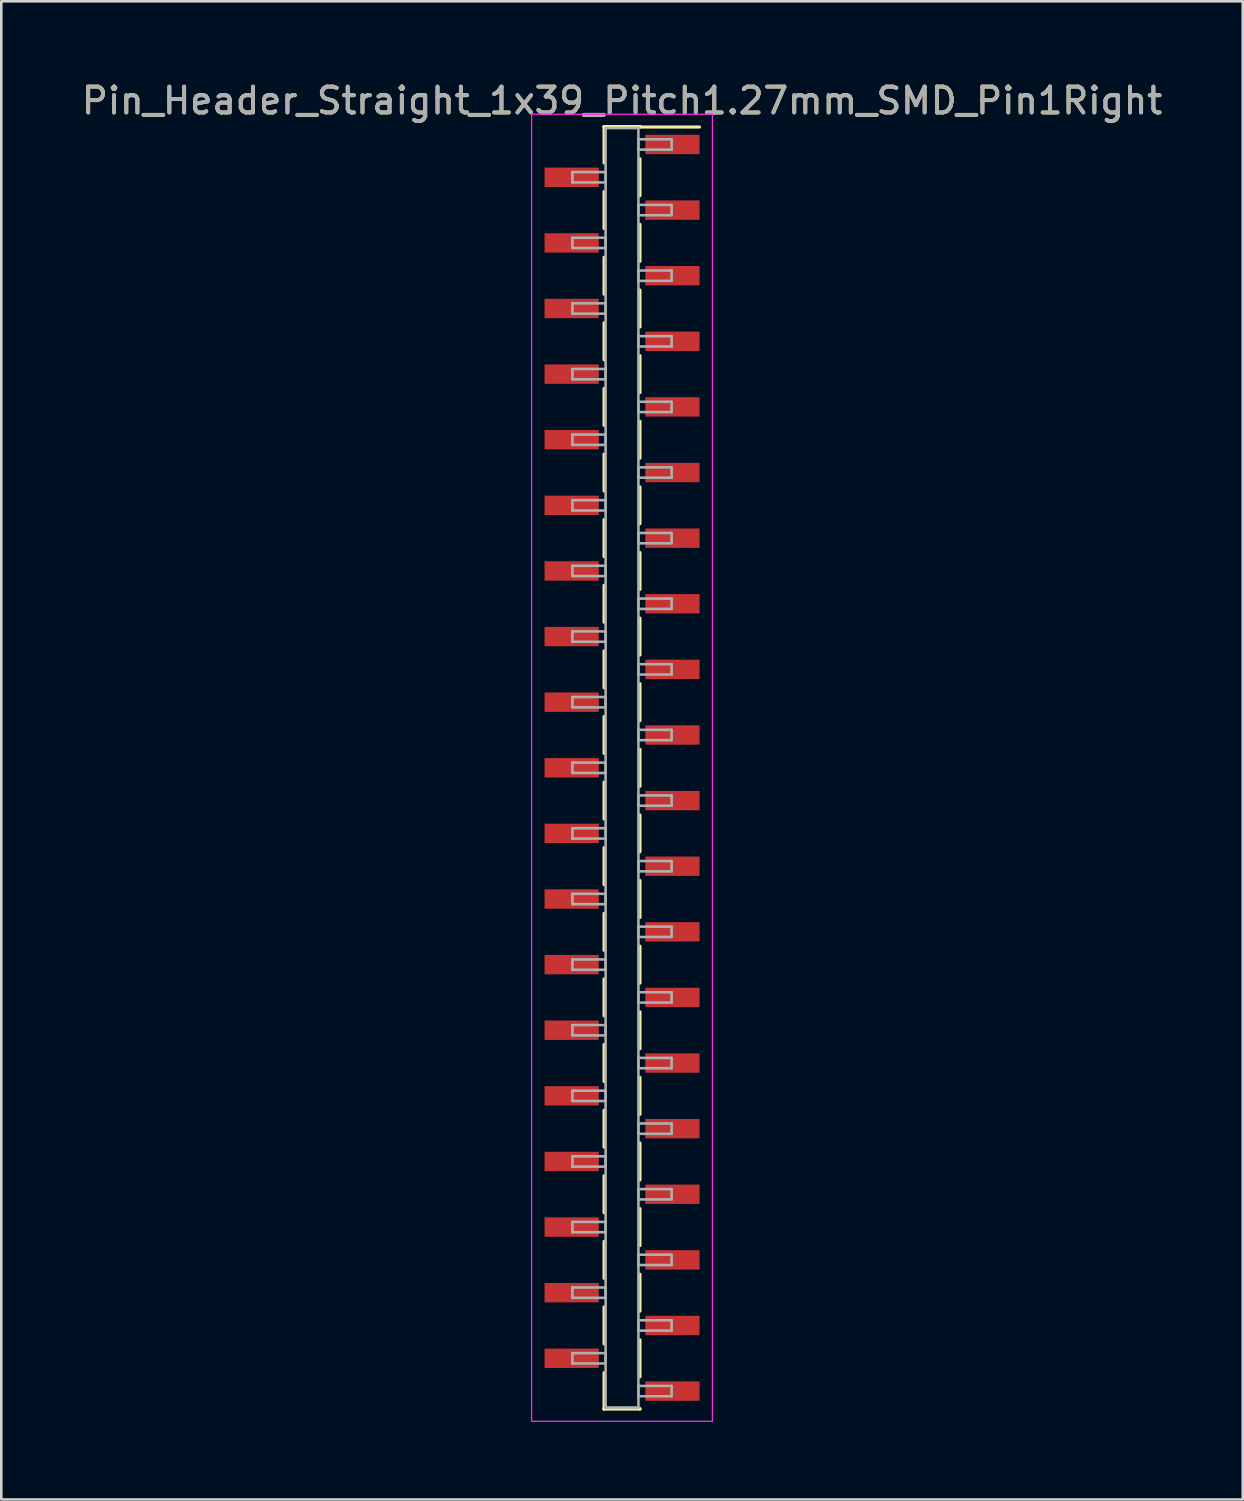
<source format=kicad_pcb>
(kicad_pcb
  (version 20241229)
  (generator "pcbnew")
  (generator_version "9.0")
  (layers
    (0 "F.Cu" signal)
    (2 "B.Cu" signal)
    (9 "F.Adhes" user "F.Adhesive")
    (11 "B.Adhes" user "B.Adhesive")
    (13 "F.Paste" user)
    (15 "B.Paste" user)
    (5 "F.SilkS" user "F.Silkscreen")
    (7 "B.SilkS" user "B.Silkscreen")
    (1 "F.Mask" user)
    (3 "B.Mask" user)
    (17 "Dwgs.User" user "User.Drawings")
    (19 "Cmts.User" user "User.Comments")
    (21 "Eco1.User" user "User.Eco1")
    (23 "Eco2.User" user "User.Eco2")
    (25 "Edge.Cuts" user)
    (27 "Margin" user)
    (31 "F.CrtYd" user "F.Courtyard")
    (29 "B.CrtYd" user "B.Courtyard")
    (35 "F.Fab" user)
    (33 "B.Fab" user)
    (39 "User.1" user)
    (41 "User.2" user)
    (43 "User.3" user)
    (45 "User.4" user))
  (footprint "Pin_Header_Straight_1x39_Pitch1.27mm_SMD_Pin1Right"
    (layer "F.Cu")
    (at 21.03 26.673)
    (property "Reference" "Pin_Header_Straight_1x39_Pitch1.27mm_SMD_Pin1Right" (at 0 -25.825 0) (layer "F.SilkS") (effects (font (size 1 1) (thickness 0.15))))
    (attr smd)
    (fp_line (start -0.695 -24.825) (end -0.695 -23.415) (stroke (width 0.12) (type solid)) (layer "F.SilkS"))
    (fp_line (start -0.695 -24.825) (end 0.695 -24.825) (stroke (width 0.12) (type solid)) (layer "F.SilkS"))
    (fp_line (start -0.695 -24.805) (end -0.695 -24.825) (stroke (width 0.12) (type solid)) (layer "F.SilkS"))
    (fp_line (start -0.695 -22.305) (end -0.695 -20.875) (stroke (width 0.12) (type solid)) (layer "F.SilkS"))
    (fp_line (start -0.695 -19.765) (end -0.695 -18.335) (stroke (width 0.12) (type solid)) (layer "F.SilkS"))
    (fp_line (start -0.695 -17.225) (end -0.695 -15.795) (stroke (width 0.12) (type solid)) (layer "F.SilkS"))
    (fp_line (start -0.695 -14.685) (end -0.695 -13.255) (stroke (width 0.12) (type solid)) (layer "F.SilkS"))
    (fp_line (start -0.695 -12.145) (end -0.695 -10.715) (stroke (width 0.12) (type solid)) (layer "F.SilkS"))
    (fp_line (start -0.695 -9.605) (end -0.695 -8.175) (stroke (width 0.12) (type solid)) (layer "F.SilkS"))
    (fp_line (start -0.695 -7.065) (end -0.695 -5.635) (stroke (width 0.12) (type solid)) (layer "F.SilkS"))
    (fp_line (start -0.695 -4.525) (end -0.695 -3.095) (stroke (width 0.12) (type solid)) (layer "F.SilkS"))
    (fp_line (start -0.695 -1.985) (end -0.695 -0.555) (stroke (width 0.12) (type solid)) (layer "F.SilkS"))
    (fp_line (start -0.695 0.555) (end -0.695 1.985) (stroke (width 0.12) (type solid)) (layer "F.SilkS"))
    (fp_line (start -0.695 3.095) (end -0.695 4.525) (stroke (width 0.12) (type solid)) (layer "F.SilkS"))
    (fp_line (start -0.695 5.635) (end -0.695 7.065) (stroke (width 0.12) (type solid)) (layer "F.SilkS"))
    (fp_line (start -0.695 8.175) (end -0.695 9.605) (stroke (width 0.12) (type solid)) (layer "F.SilkS"))
    (fp_line (start -0.695 10.715) (end -0.695 12.145) (stroke (width 0.12) (type solid)) (layer "F.SilkS"))
    (fp_line (start -0.695 13.255) (end -0.695 14.685) (stroke (width 0.12) (type solid)) (layer "F.SilkS"))
    (fp_line (start -0.695 15.795) (end -0.695 17.225) (stroke (width 0.12) (type solid)) (layer "F.SilkS"))
    (fp_line (start -0.695 18.335) (end -0.695 19.765) (stroke (width 0.12) (type solid)) (layer "F.SilkS"))
    (fp_line (start -0.695 20.875) (end -0.695 22.305) (stroke (width 0.12) (type solid)) (layer "F.SilkS"))
    (fp_line (start -0.695 23.415) (end -0.695 24.825) (stroke (width 0.12) (type solid)) (layer "F.SilkS"))
    (fp_line (start -0.695 24.805) (end -0.695 24.825) (stroke (width 0.12) (type solid)) (layer "F.SilkS"))
    (fp_line (start -0.695 24.825) (end 0.695 24.825) (stroke (width 0.12) (type solid)) (layer "F.SilkS"))
    (fp_line (start 0.695 -24.825) (end 0.695 -24.805) (stroke (width 0.12) (type solid)) (layer "F.SilkS"))
    (fp_line (start 0.695 -24.805) (end 3 -24.805) (stroke (width 0.12) (type solid)) (layer "F.SilkS"))
    (fp_line (start 0.695 -23.575) (end 0.695 -22.145) (stroke (width 0.12) (type solid)) (layer "F.SilkS"))
    (fp_line (start 0.695 -21.035) (end 0.695 -19.605) (stroke (width 0.12) (type solid)) (layer "F.SilkS"))
    (fp_line (start 0.695 -18.495) (end 0.695 -17.065) (stroke (width 0.12) (type solid)) (layer "F.SilkS"))
    (fp_line (start 0.695 -15.955) (end 0.695 -14.525) (stroke (width 0.12) (type solid)) (layer "F.SilkS"))
    (fp_line (start 0.695 -13.415) (end 0.695 -11.985) (stroke (width 0.12) (type solid)) (layer "F.SilkS"))
    (fp_line (start 0.695 -10.875) (end 0.695 -9.445) (stroke (width 0.12) (type solid)) (layer "F.SilkS"))
    (fp_line (start 0.695 -8.335) (end 0.695 -6.905) (stroke (width 0.12) (type solid)) (layer "F.SilkS"))
    (fp_line (start 0.695 -5.795) (end 0.695 -4.365) (stroke (width 0.12) (type solid)) (layer "F.SilkS"))
    (fp_line (start 0.695 -3.255) (end 0.695 -1.825) (stroke (width 0.12) (type solid)) (layer "F.SilkS"))
    (fp_line (start 0.695 -0.715) (end 0.695 0.715) (stroke (width 0.12) (type solid)) (layer "F.SilkS"))
    (fp_line (start 0.695 1.825) (end 0.695 3.255) (stroke (width 0.12) (type solid)) (layer "F.SilkS"))
    (fp_line (start 0.695 4.365) (end 0.695 5.795) (stroke (width 0.12) (type solid)) (layer "F.SilkS"))
    (fp_line (start 0.695 6.905) (end 0.695 8.335) (stroke (width 0.12) (type solid)) (layer "F.SilkS"))
    (fp_line (start 0.695 9.445) (end 0.695 10.875) (stroke (width 0.12) (type solid)) (layer "F.SilkS"))
    (fp_line (start 0.695 11.985) (end 0.695 13.415) (stroke (width 0.12) (type solid)) (layer "F.SilkS"))
    (fp_line (start 0.695 14.525) (end 0.695 15.955) (stroke (width 0.12) (type solid)) (layer "F.SilkS"))
    (fp_line (start 0.695 17.065) (end 0.695 18.495) (stroke (width 0.12) (type solid)) (layer "F.SilkS"))
    (fp_line (start 0.695 19.605) (end 0.695 21.035) (stroke (width 0.12) (type solid)) (layer "F.SilkS"))
    (fp_line (start 0.695 22.145) (end 0.695 23.575) (stroke (width 0.12) (type solid)) (layer "F.SilkS"))
    (fp_line (start 0.695 24.825) (end 0.695 24.805) (stroke (width 0.12) (type solid)) (layer "F.SilkS"))
    (fp_line (start -3.5 -25.3) (end -3.5 25.3) (stroke (width 0.05) (type solid)) (layer "F.CrtYd"))
    (fp_line (start -3.5 25.3) (end 3.5 25.3) (stroke (width 0.05) (type solid)) (layer "F.CrtYd"))
    (fp_line (start 3.5 -25.3) (end -3.5 -25.3) (stroke (width 0.05) (type solid)) (layer "F.CrtYd"))
    (fp_line (start 3.5 25.3) (end 3.5 -25.3) (stroke (width 0.05) (type solid)) (layer "F.CrtYd"))
    (fp_line (start -1.92 -23.06) (end -0.635 -23.06) (stroke (width 0.1) (type solid)) (layer "F.Fab"))
    (fp_line (start -1.92 -22.66) (end -1.92 -23.06) (stroke (width 0.1) (type solid)) (layer "F.Fab"))
    (fp_line (start -1.92 -20.52) (end -0.635 -20.52) (stroke (width 0.1) (type solid)) (layer "F.Fab"))
    (fp_line (start -1.92 -20.12) (end -1.92 -20.52) (stroke (width 0.1) (type solid)) (layer "F.Fab"))
    (fp_line (start -1.92 -17.98) (end -0.635 -17.98) (stroke (width 0.1) (type solid)) (layer "F.Fab"))
    (fp_line (start -1.92 -17.58) (end -1.92 -17.98) (stroke (width 0.1) (type solid)) (layer "F.Fab"))
    (fp_line (start -1.92 -15.44) (end -0.635 -15.44) (stroke (width 0.1) (type solid)) (layer "F.Fab"))
    (fp_line (start -1.92 -15.04) (end -1.92 -15.44) (stroke (width 0.1) (type solid)) (layer "F.Fab"))
    (fp_line (start -1.92 -12.9) (end -0.635 -12.9) (stroke (width 0.1) (type solid)) (layer "F.Fab"))
    (fp_line (start -1.92 -12.5) (end -1.92 -12.9) (stroke (width 0.1) (type solid)) (layer "F.Fab"))
    (fp_line (start -1.92 -10.36) (end -0.635 -10.36) (stroke (width 0.1) (type solid)) (layer "F.Fab"))
    (fp_line (start -1.92 -9.96) (end -1.92 -10.36) (stroke (width 0.1) (type solid)) (layer "F.Fab"))
    (fp_line (start -1.92 -7.82) (end -0.635 -7.82) (stroke (width 0.1) (type solid)) (layer "F.Fab"))
    (fp_line (start -1.92 -7.42) (end -1.92 -7.82) (stroke (width 0.1) (type solid)) (layer "F.Fab"))
    (fp_line (start -1.92 -5.28) (end -0.635 -5.28) (stroke (width 0.1) (type solid)) (layer "F.Fab"))
    (fp_line (start -1.92 -4.88) (end -1.92 -5.28) (stroke (width 0.1) (type solid)) (layer "F.Fab"))
    (fp_line (start -1.92 -2.74) (end -0.635 -2.74) (stroke (width 0.1) (type solid)) (layer "F.Fab"))
    (fp_line (start -1.92 -2.34) (end -1.92 -2.74) (stroke (width 0.1) (type solid)) (layer "F.Fab"))
    (fp_line (start -1.92 -0.2) (end -0.635 -0.2) (stroke (width 0.1) (type solid)) (layer "F.Fab"))
    (fp_line (start -1.92 0.2) (end -1.92 -0.2) (stroke (width 0.1) (type solid)) (layer "F.Fab"))
    (fp_line (start -1.92 2.34) (end -0.635 2.34) (stroke (width 0.1) (type solid)) (layer "F.Fab"))
    (fp_line (start -1.92 2.74) (end -1.92 2.34) (stroke (width 0.1) (type solid)) (layer "F.Fab"))
    (fp_line (start -1.92 4.88) (end -0.635 4.88) (stroke (width 0.1) (type solid)) (layer "F.Fab"))
    (fp_line (start -1.92 5.28) (end -1.92 4.88) (stroke (width 0.1) (type solid)) (layer "F.Fab"))
    (fp_line (start -1.92 7.42) (end -0.635 7.42) (stroke (width 0.1) (type solid)) (layer "F.Fab"))
    (fp_line (start -1.92 7.82) (end -1.92 7.42) (stroke (width 0.1) (type solid)) (layer "F.Fab"))
    (fp_line (start -1.92 9.96) (end -0.635 9.96) (stroke (width 0.1) (type solid)) (layer "F.Fab"))
    (fp_line (start -1.92 10.36) (end -1.92 9.96) (stroke (width 0.1) (type solid)) (layer "F.Fab"))
    (fp_line (start -1.92 12.5) (end -0.635 12.5) (stroke (width 0.1) (type solid)) (layer "F.Fab"))
    (fp_line (start -1.92 12.9) (end -1.92 12.5) (stroke (width 0.1) (type solid)) (layer "F.Fab"))
    (fp_line (start -1.92 15.04) (end -0.635 15.04) (stroke (width 0.1) (type solid)) (layer "F.Fab"))
    (fp_line (start -1.92 15.44) (end -1.92 15.04) (stroke (width 0.1) (type solid)) (layer "F.Fab"))
    (fp_line (start -1.92 17.58) (end -0.635 17.58) (stroke (width 0.1) (type solid)) (layer "F.Fab"))
    (fp_line (start -1.92 17.98) (end -1.92 17.58) (stroke (width 0.1) (type solid)) (layer "F.Fab"))
    (fp_line (start -1.92 20.12) (end -0.635 20.12) (stroke (width 0.1) (type solid)) (layer "F.Fab"))
    (fp_line (start -1.92 20.52) (end -1.92 20.12) (stroke (width 0.1) (type solid)) (layer "F.Fab"))
    (fp_line (start -1.92 22.66) (end -0.635 22.66) (stroke (width 0.1) (type solid)) (layer "F.Fab"))
    (fp_line (start -1.92 23.06) (end -1.92 22.66) (stroke (width 0.1) (type solid)) (layer "F.Fab"))
    (fp_line (start -0.635 -24.765) (end -0.635 24.765) (stroke (width 0.1) (type solid)) (layer "F.Fab"))
    (fp_line (start -0.635 -23.06) (end -0.635 -22.66) (stroke (width 0.1) (type solid)) (layer "F.Fab"))
    (fp_line (start -0.635 -22.66) (end -1.92 -22.66) (stroke (width 0.1) (type solid)) (layer "F.Fab"))
    (fp_line (start -0.635 -20.52) (end -0.635 -20.12) (stroke (width 0.1) (type solid)) (layer "F.Fab"))
    (fp_line (start -0.635 -20.12) (end -1.92 -20.12) (stroke (width 0.1) (type solid)) (layer "F.Fab"))
    (fp_line (start -0.635 -17.98) (end -0.635 -17.58) (stroke (width 0.1) (type solid)) (layer "F.Fab"))
    (fp_line (start -0.635 -17.58) (end -1.92 -17.58) (stroke (width 0.1) (type solid)) (layer "F.Fab"))
    (fp_line (start -0.635 -15.44) (end -0.635 -15.04) (stroke (width 0.1) (type solid)) (layer "F.Fab"))
    (fp_line (start -0.635 -15.04) (end -1.92 -15.04) (stroke (width 0.1) (type solid)) (layer "F.Fab"))
    (fp_line (start -0.635 -12.9) (end -0.635 -12.5) (stroke (width 0.1) (type solid)) (layer "F.Fab"))
    (fp_line (start -0.635 -12.5) (end -1.92 -12.5) (stroke (width 0.1) (type solid)) (layer "F.Fab"))
    (fp_line (start -0.635 -10.36) (end -0.635 -9.96) (stroke (width 0.1) (type solid)) (layer "F.Fab"))
    (fp_line (start -0.635 -9.96) (end -1.92 -9.96) (stroke (width 0.1) (type solid)) (layer "F.Fab"))
    (fp_line (start -0.635 -7.82) (end -0.635 -7.42) (stroke (width 0.1) (type solid)) (layer "F.Fab"))
    (fp_line (start -0.635 -7.42) (end -1.92 -7.42) (stroke (width 0.1) (type solid)) (layer "F.Fab"))
    (fp_line (start -0.635 -5.28) (end -0.635 -4.88) (stroke (width 0.1) (type solid)) (layer "F.Fab"))
    (fp_line (start -0.635 -4.88) (end -1.92 -4.88) (stroke (width 0.1) (type solid)) (layer "F.Fab"))
    (fp_line (start -0.635 -2.74) (end -0.635 -2.34) (stroke (width 0.1) (type solid)) (layer "F.Fab"))
    (fp_line (start -0.635 -2.34) (end -1.92 -2.34) (stroke (width 0.1) (type solid)) (layer "F.Fab"))
    (fp_line (start -0.635 -0.2) (end -0.635 0.2) (stroke (width 0.1) (type solid)) (layer "F.Fab"))
    (fp_line (start -0.635 0.2) (end -1.92 0.2) (stroke (width 0.1) (type solid)) (layer "F.Fab"))
    (fp_line (start -0.635 2.34) (end -0.635 2.74) (stroke (width 0.1) (type solid)) (layer "F.Fab"))
    (fp_line (start -0.635 2.74) (end -1.92 2.74) (stroke (width 0.1) (type solid)) (layer "F.Fab"))
    (fp_line (start -0.635 4.88) (end -0.635 5.28) (stroke (width 0.1) (type solid)) (layer "F.Fab"))
    (fp_line (start -0.635 5.28) (end -1.92 5.28) (stroke (width 0.1) (type solid)) (layer "F.Fab"))
    (fp_line (start -0.635 7.42) (end -0.635 7.82) (stroke (width 0.1) (type solid)) (layer "F.Fab"))
    (fp_line (start -0.635 7.82) (end -1.92 7.82) (stroke (width 0.1) (type solid)) (layer "F.Fab"))
    (fp_line (start -0.635 9.96) (end -0.635 10.36) (stroke (width 0.1) (type solid)) (layer "F.Fab"))
    (fp_line (start -0.635 10.36) (end -1.92 10.36) (stroke (width 0.1) (type solid)) (layer "F.Fab"))
    (fp_line (start -0.635 12.5) (end -0.635 12.9) (stroke (width 0.1) (type solid)) (layer "F.Fab"))
    (fp_line (start -0.635 12.9) (end -1.92 12.9) (stroke (width 0.1) (type solid)) (layer "F.Fab"))
    (fp_line (start -0.635 15.04) (end -0.635 15.44) (stroke (width 0.1) (type solid)) (layer "F.Fab"))
    (fp_line (start -0.635 15.44) (end -1.92 15.44) (stroke (width 0.1) (type solid)) (layer "F.Fab"))
    (fp_line (start -0.635 17.58) (end -0.635 17.98) (stroke (width 0.1) (type solid)) (layer "F.Fab"))
    (fp_line (start -0.635 17.98) (end -1.92 17.98) (stroke (width 0.1) (type solid)) (layer "F.Fab"))
    (fp_line (start -0.635 20.12) (end -0.635 20.52) (stroke (width 0.1) (type solid)) (layer "F.Fab"))
    (fp_line (start -0.635 20.52) (end -1.92 20.52) (stroke (width 0.1) (type solid)) (layer "F.Fab"))
    (fp_line (start -0.635 22.66) (end -0.635 23.06) (stroke (width 0.1) (type solid)) (layer "F.Fab"))
    (fp_line (start -0.635 23.06) (end -1.92 23.06) (stroke (width 0.1) (type solid)) (layer "F.Fab"))
    (fp_line (start -0.635 24.765) (end 0.635 24.765) (stroke (width 0.1) (type solid)) (layer "F.Fab"))
    (fp_line (start 0.635 -24.765) (end -0.635 -24.765) (stroke (width 0.1) (type solid)) (layer "F.Fab"))
    (fp_line (start 0.635 -24.33) (end 0.635 -23.93) (stroke (width 0.1) (type solid)) (layer "F.Fab"))
    (fp_line (start 0.635 -23.93) (end 1.92 -23.93) (stroke (width 0.1) (type solid)) (layer "F.Fab"))
    (fp_line (start 0.635 -21.79) (end 0.635 -21.39) (stroke (width 0.1) (type solid)) (layer "F.Fab"))
    (fp_line (start 0.635 -21.39) (end 1.92 -21.39) (stroke (width 0.1) (type solid)) (layer "F.Fab"))
    (fp_line (start 0.635 -19.25) (end 0.635 -18.85) (stroke (width 0.1) (type solid)) (layer "F.Fab"))
    (fp_line (start 0.635 -18.85) (end 1.92 -18.85) (stroke (width 0.1) (type solid)) (layer "F.Fab"))
    (fp_line (start 0.635 -16.71) (end 0.635 -16.31) (stroke (width 0.1) (type solid)) (layer "F.Fab"))
    (fp_line (start 0.635 -16.31) (end 1.92 -16.31) (stroke (width 0.1) (type solid)) (layer "F.Fab"))
    (fp_line (start 0.635 -14.17) (end 0.635 -13.77) (stroke (width 0.1) (type solid)) (layer "F.Fab"))
    (fp_line (start 0.635 -13.77) (end 1.92 -13.77) (stroke (width 0.1) (type solid)) (layer "F.Fab"))
    (fp_line (start 0.635 -11.63) (end 0.635 -11.23) (stroke (width 0.1) (type solid)) (layer "F.Fab"))
    (fp_line (start 0.635 -11.23) (end 1.92 -11.23) (stroke (width 0.1) (type solid)) (layer "F.Fab"))
    (fp_line (start 0.635 -9.09) (end 0.635 -8.69) (stroke (width 0.1) (type solid)) (layer "F.Fab"))
    (fp_line (start 0.635 -8.69) (end 1.92 -8.69) (stroke (width 0.1) (type solid)) (layer "F.Fab"))
    (fp_line (start 0.635 -6.55) (end 0.635 -6.15) (stroke (width 0.1) (type solid)) (layer "F.Fab"))
    (fp_line (start 0.635 -6.15) (end 1.92 -6.15) (stroke (width 0.1) (type solid)) (layer "F.Fab"))
    (fp_line (start 0.635 -4.01) (end 0.635 -3.61) (stroke (width 0.1) (type solid)) (layer "F.Fab"))
    (fp_line (start 0.635 -3.61) (end 1.92 -3.61) (stroke (width 0.1) (type solid)) (layer "F.Fab"))
    (fp_line (start 0.635 -1.47) (end 0.635 -1.07) (stroke (width 0.1) (type solid)) (layer "F.Fab"))
    (fp_line (start 0.635 -1.07) (end 1.92 -1.07) (stroke (width 0.1) (type solid)) (layer "F.Fab"))
    (fp_line (start 0.635 1.07) (end 0.635 1.47) (stroke (width 0.1) (type solid)) (layer "F.Fab"))
    (fp_line (start 0.635 1.47) (end 1.92 1.47) (stroke (width 0.1) (type solid)) (layer "F.Fab"))
    (fp_line (start 0.635 3.61) (end 0.635 4.01) (stroke (width 0.1) (type solid)) (layer "F.Fab"))
    (fp_line (start 0.635 4.01) (end 1.92 4.01) (stroke (width 0.1) (type solid)) (layer "F.Fab"))
    (fp_line (start 0.635 6.15) (end 0.635 6.55) (stroke (width 0.1) (type solid)) (layer "F.Fab"))
    (fp_line (start 0.635 6.55) (end 1.92 6.55) (stroke (width 0.1) (type solid)) (layer "F.Fab"))
    (fp_line (start 0.635 8.69) (end 0.635 9.09) (stroke (width 0.1) (type solid)) (layer "F.Fab"))
    (fp_line (start 0.635 9.09) (end 1.92 9.09) (stroke (width 0.1) (type solid)) (layer "F.Fab"))
    (fp_line (start 0.635 11.23) (end 0.635 11.63) (stroke (width 0.1) (type solid)) (layer "F.Fab"))
    (fp_line (start 0.635 11.63) (end 1.92 11.63) (stroke (width 0.1) (type solid)) (layer "F.Fab"))
    (fp_line (start 0.635 13.77) (end 0.635 14.17) (stroke (width 0.1) (type solid)) (layer "F.Fab"))
    (fp_line (start 0.635 14.17) (end 1.92 14.17) (stroke (width 0.1) (type solid)) (layer "F.Fab"))
    (fp_line (start 0.635 16.31) (end 0.635 16.71) (stroke (width 0.1) (type solid)) (layer "F.Fab"))
    (fp_line (start 0.635 16.71) (end 1.92 16.71) (stroke (width 0.1) (type solid)) (layer "F.Fab"))
    (fp_line (start 0.635 18.85) (end 0.635 19.25) (stroke (width 0.1) (type solid)) (layer "F.Fab"))
    (fp_line (start 0.635 19.25) (end 1.92 19.25) (stroke (width 0.1) (type solid)) (layer "F.Fab"))
    (fp_line (start 0.635 21.39) (end 0.635 21.79) (stroke (width 0.1) (type solid)) (layer "F.Fab"))
    (fp_line (start 0.635 21.79) (end 1.92 21.79) (stroke (width 0.1) (type solid)) (layer "F.Fab"))
    (fp_line (start 0.635 23.93) (end 0.635 24.33) (stroke (width 0.1) (type solid)) (layer "F.Fab"))
    (fp_line (start 0.635 24.33) (end 1.92 24.33) (stroke (width 0.1) (type solid)) (layer "F.Fab"))
    (fp_line (start 0.635 24.765) (end 0.635 -24.765) (stroke (width 0.1) (type solid)) (layer "F.Fab"))
    (fp_line (start 1.92 -24.33) (end 0.635 -24.33) (stroke (width 0.1) (type solid)) (layer "F.Fab"))
    (fp_line (start 1.92 -23.93) (end 1.92 -24.33) (stroke (width 0.1) (type solid)) (layer "F.Fab"))
    (fp_line (start 1.92 -21.79) (end 0.635 -21.79) (stroke (width 0.1) (type solid)) (layer "F.Fab"))
    (fp_line (start 1.92 -21.39) (end 1.92 -21.79) (stroke (width 0.1) (type solid)) (layer "F.Fab"))
    (fp_line (start 1.92 -19.25) (end 0.635 -19.25) (stroke (width 0.1) (type solid)) (layer "F.Fab"))
    (fp_line (start 1.92 -18.85) (end 1.92 -19.25) (stroke (width 0.1) (type solid)) (layer "F.Fab"))
    (fp_line (start 1.92 -16.71) (end 0.635 -16.71) (stroke (width 0.1) (type solid)) (layer "F.Fab"))
    (fp_line (start 1.92 -16.31) (end 1.92 -16.71) (stroke (width 0.1) (type solid)) (layer "F.Fab"))
    (fp_line (start 1.92 -14.17) (end 0.635 -14.17) (stroke (width 0.1) (type solid)) (layer "F.Fab"))
    (fp_line (start 1.92 -13.77) (end 1.92 -14.17) (stroke (width 0.1) (type solid)) (layer "F.Fab"))
    (fp_line (start 1.92 -11.63) (end 0.635 -11.63) (stroke (width 0.1) (type solid)) (layer "F.Fab"))
    (fp_line (start 1.92 -11.23) (end 1.92 -11.63) (stroke (width 0.1) (type solid)) (layer "F.Fab"))
    (fp_line (start 1.92 -9.09) (end 0.635 -9.09) (stroke (width 0.1) (type solid)) (layer "F.Fab"))
    (fp_line (start 1.92 -8.69) (end 1.92 -9.09) (stroke (width 0.1) (type solid)) (layer "F.Fab"))
    (fp_line (start 1.92 -6.55) (end 0.635 -6.55) (stroke (width 0.1) (type solid)) (layer "F.Fab"))
    (fp_line (start 1.92 -6.15) (end 1.92 -6.55) (stroke (width 0.1) (type solid)) (layer "F.Fab"))
    (fp_line (start 1.92 -4.01) (end 0.635 -4.01) (stroke (width 0.1) (type solid)) (layer "F.Fab"))
    (fp_line (start 1.92 -3.61) (end 1.92 -4.01) (stroke (width 0.1) (type solid)) (layer "F.Fab"))
    (fp_line (start 1.92 -1.47) (end 0.635 -1.47) (stroke (width 0.1) (type solid)) (layer "F.Fab"))
    (fp_line (start 1.92 -1.07) (end 1.92 -1.47) (stroke (width 0.1) (type solid)) (layer "F.Fab"))
    (fp_line (start 1.92 1.07) (end 0.635 1.07) (stroke (width 0.1) (type solid)) (layer "F.Fab"))
    (fp_line (start 1.92 1.47) (end 1.92 1.07) (stroke (width 0.1) (type solid)) (layer "F.Fab"))
    (fp_line (start 1.92 3.61) (end 0.635 3.61) (stroke (width 0.1) (type solid)) (layer "F.Fab"))
    (fp_line (start 1.92 4.01) (end 1.92 3.61) (stroke (width 0.1) (type solid)) (layer "F.Fab"))
    (fp_line (start 1.92 6.15) (end 0.635 6.15) (stroke (width 0.1) (type solid)) (layer "F.Fab"))
    (fp_line (start 1.92 6.55) (end 1.92 6.15) (stroke (width 0.1) (type solid)) (layer "F.Fab"))
    (fp_line (start 1.92 8.69) (end 0.635 8.69) (stroke (width 0.1) (type solid)) (layer "F.Fab"))
    (fp_line (start 1.92 9.09) (end 1.92 8.69) (stroke (width 0.1) (type solid)) (layer "F.Fab"))
    (fp_line (start 1.92 11.23) (end 0.635 11.23) (stroke (width 0.1) (type solid)) (layer "F.Fab"))
    (fp_line (start 1.92 11.63) (end 1.92 11.23) (stroke (width 0.1) (type solid)) (layer "F.Fab"))
    (fp_line (start 1.92 13.77) (end 0.635 13.77) (stroke (width 0.1) (type solid)) (layer "F.Fab"))
    (fp_line (start 1.92 14.17) (end 1.92 13.77) (stroke (width 0.1) (type solid)) (layer "F.Fab"))
    (fp_line (start 1.92 16.31) (end 0.635 16.31) (stroke (width 0.1) (type solid)) (layer "F.Fab"))
    (fp_line (start 1.92 16.71) (end 1.92 16.31) (stroke (width 0.1) (type solid)) (layer "F.Fab"))
    (fp_line (start 1.92 18.85) (end 0.635 18.85) (stroke (width 0.1) (type solid)) (layer "F.Fab"))
    (fp_line (start 1.92 19.25) (end 1.92 18.85) (stroke (width 0.1) (type solid)) (layer "F.Fab"))
    (fp_line (start 1.92 21.39) (end 0.635 21.39) (stroke (width 0.1) (type solid)) (layer "F.Fab"))
    (fp_line (start 1.92 21.79) (end 1.92 21.39) (stroke (width 0.1) (type solid)) (layer "F.Fab"))
    (fp_line (start 1.92 23.93) (end 0.635 23.93) (stroke (width 0.1) (type solid)) (layer "F.Fab"))
    (fp_line (start 1.92 24.33) (end 1.92 23.93) (stroke (width 0.1) (type solid)) (layer "F.Fab"))
    (fp_text user "${REFERENCE}" (at 0 -25.825 0) (layer "F.Fab") (effects (font (size 1 1) (thickness 0.15))))
    (pad "1" smd rect (at 1.95 -24.13) (size 2.1 0.75) (layers "F.Cu" "F.Mask" "F.Paste"))
    (pad "2" smd rect (at -1.95 -22.86) (size 2.1 0.75) (layers "F.Cu" "F.Mask" "F.Paste"))
    (pad "3" smd rect (at 1.95 -21.59) (size 2.1 0.75) (layers "F.Cu" "F.Mask" "F.Paste"))
    (pad "4" smd rect (at -1.95 -20.32) (size 2.1 0.75) (layers "F.Cu" "F.Mask" "F.Paste"))
    (pad "5" smd rect (at 1.95 -19.05) (size 2.1 0.75) (layers "F.Cu" "F.Mask" "F.Paste"))
    (pad "6" smd rect (at -1.95 -17.78) (size 2.1 0.75) (layers "F.Cu" "F.Mask" "F.Paste"))
    (pad "7" smd rect (at 1.95 -16.51) (size 2.1 0.75) (layers "F.Cu" "F.Mask" "F.Paste"))
    (pad "8" smd rect (at -1.95 -15.24) (size 2.1 0.75) (layers "F.Cu" "F.Mask" "F.Paste"))
    (pad "9" smd rect (at 1.95 -13.97) (size 2.1 0.75) (layers "F.Cu" "F.Mask" "F.Paste"))
    (pad "10" smd rect (at -1.95 -12.7) (size 2.1 0.75) (layers "F.Cu" "F.Mask" "F.Paste"))
    (pad "11" smd rect (at 1.95 -11.43) (size 2.1 0.75) (layers "F.Cu" "F.Mask" "F.Paste"))
    (pad "12" smd rect (at -1.95 -10.16) (size 2.1 0.75) (layers "F.Cu" "F.Mask" "F.Paste"))
    (pad "13" smd rect (at 1.95 -8.89) (size 2.1 0.75) (layers "F.Cu" "F.Mask" "F.Paste"))
    (pad "14" smd rect (at -1.95 -7.62) (size 2.1 0.75) (layers "F.Cu" "F.Mask" "F.Paste"))
    (pad "15" smd rect (at 1.95 -6.35) (size 2.1 0.75) (layers "F.Cu" "F.Mask" "F.Paste"))
    (pad "16" smd rect (at -1.95 -5.08) (size 2.1 0.75) (layers "F.Cu" "F.Mask" "F.Paste"))
    (pad "17" smd rect (at 1.95 -3.81) (size 2.1 0.75) (layers "F.Cu" "F.Mask" "F.Paste"))
    (pad "18" smd rect (at -1.95 -2.54) (size 2.1 0.75) (layers "F.Cu" "F.Mask" "F.Paste"))
    (pad "19" smd rect (at 1.95 -1.27) (size 2.1 0.75) (layers "F.Cu" "F.Mask" "F.Paste"))
    (pad "20" smd rect (at -1.95 0) (size 2.1 0.75) (layers "F.Cu" "F.Mask" "F.Paste"))
    (pad "21" smd rect (at 1.95 1.27) (size 2.1 0.75) (layers "F.Cu" "F.Mask" "F.Paste"))
    (pad "22" smd rect (at -1.95 2.54) (size 2.1 0.75) (layers "F.Cu" "F.Mask" "F.Paste"))
    (pad "23" smd rect (at 1.95 3.81) (size 2.1 0.75) (layers "F.Cu" "F.Mask" "F.Paste"))
    (pad "24" smd rect (at -1.95 5.08) (size 2.1 0.75) (layers "F.Cu" "F.Mask" "F.Paste"))
    (pad "25" smd rect (at 1.95 6.35) (size 2.1 0.75) (layers "F.Cu" "F.Mask" "F.Paste"))
    (pad "26" smd rect (at -1.95 7.62) (size 2.1 0.75) (layers "F.Cu" "F.Mask" "F.Paste"))
    (pad "27" smd rect (at 1.95 8.89) (size 2.1 0.75) (layers "F.Cu" "F.Mask" "F.Paste"))
    (pad "28" smd rect (at -1.95 10.16) (size 2.1 0.75) (layers "F.Cu" "F.Mask" "F.Paste"))
    (pad "29" smd rect (at 1.95 11.43) (size 2.1 0.75) (layers "F.Cu" "F.Mask" "F.Paste"))
    (pad "30" smd rect (at -1.95 12.7) (size 2.1 0.75) (layers "F.Cu" "F.Mask" "F.Paste"))
    (pad "31" smd rect (at 1.95 13.97) (size 2.1 0.75) (layers "F.Cu" "F.Mask" "F.Paste"))
    (pad "32" smd rect (at -1.95 15.24) (size 2.1 0.75) (layers "F.Cu" "F.Mask" "F.Paste"))
    (pad "33" smd rect (at 1.95 16.51) (size 2.1 0.75) (layers "F.Cu" "F.Mask" "F.Paste"))
    (pad "34" smd rect (at -1.95 17.78) (size 2.1 0.75) (layers "F.Cu" "F.Mask" "F.Paste"))
    (pad "35" smd rect (at 1.95 19.05) (size 2.1 0.75) (layers "F.Cu" "F.Mask" "F.Paste"))
    (pad "36" smd rect (at -1.95 20.32) (size 2.1 0.75) (layers "F.Cu" "F.Mask" "F.Paste"))
    (pad "37" smd rect (at 1.95 21.59) (size 2.1 0.75) (layers "F.Cu" "F.Mask" "F.Paste"))
    (pad "38" smd rect (at -1.95 22.86) (size 2.1 0.75) (layers "F.Cu" "F.Mask" "F.Paste"))
    (pad "39" smd rect (at 1.95 24.13) (size 2.1 0.75) (layers "F.Cu" "F.Mask" "F.Paste")))
  (gr_rect
    (start -3 -3)
    (end 45.06 54.998)
    (stroke (width 0.1) (type default))
    (fill no)
    (layer "Edge.Cuts")))
</source>
